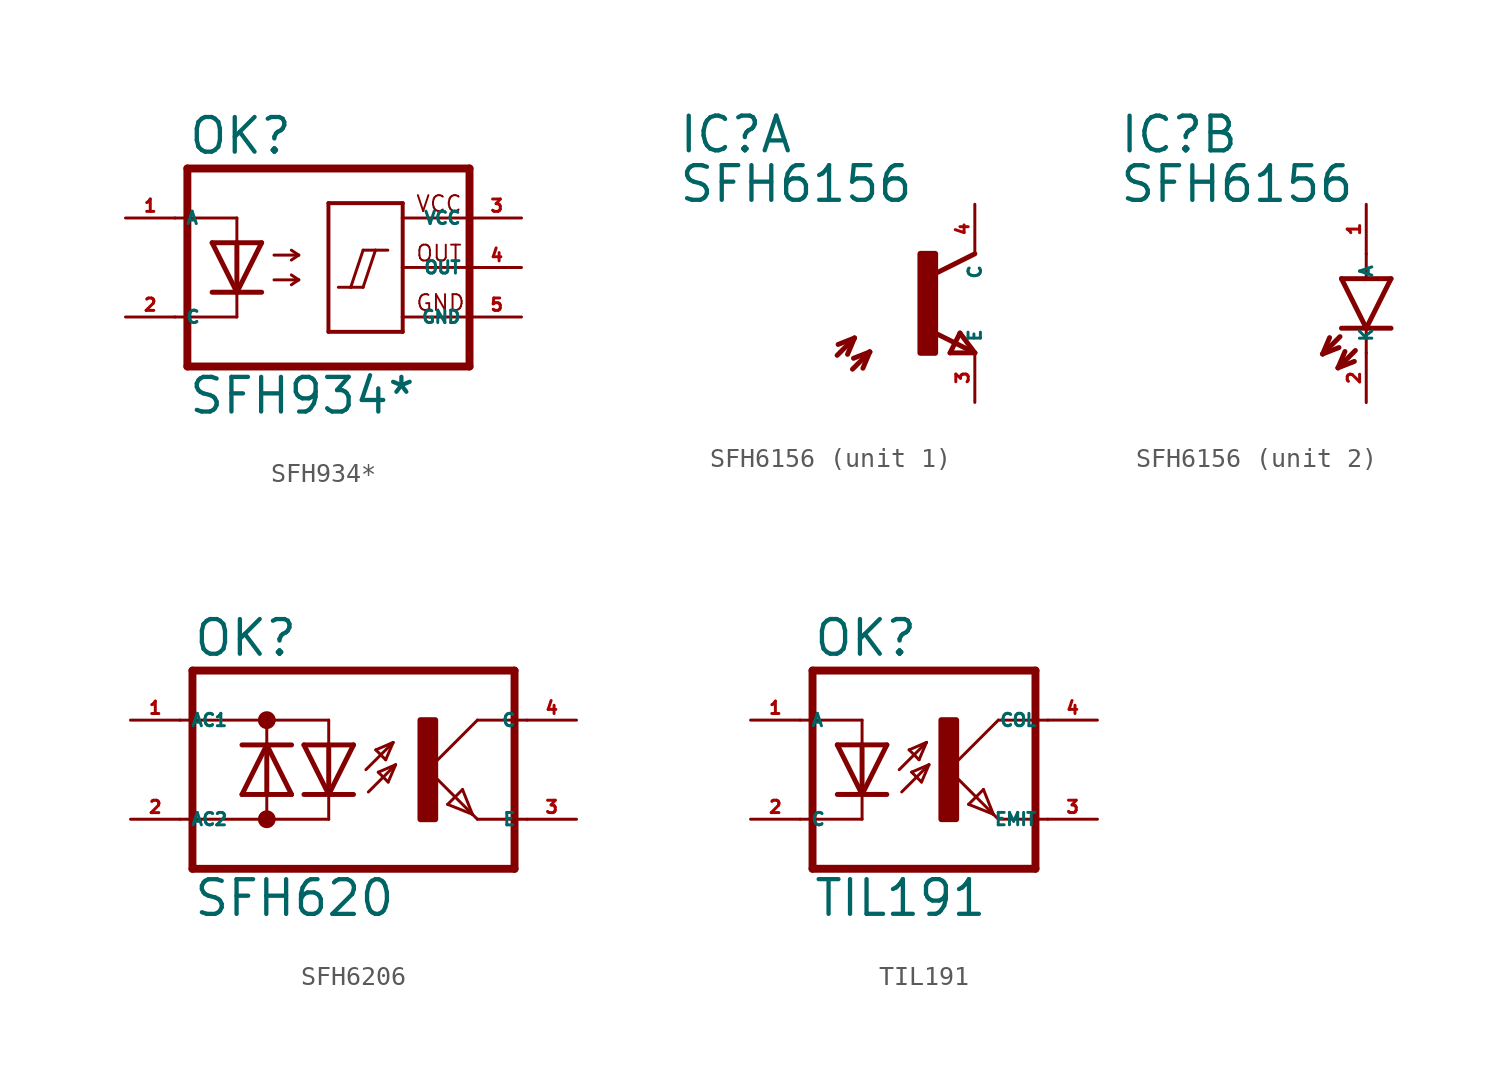
<source format=kicad_sym>
(kicad_symbol_lib
  (version 20220914)
  (generator kicad_symbol_editor)
  (symbol "SFH934*"
    (property "Reference" "OK"
      (at -6.985 5.715 0)
      (effects (font (size 1.778 1.778) (thickness 0.22)) (justify left bottom)))
    (property "Value" "SFH934*"
      (at -6.985 -7.62 0)
      (effects (font (size 1.778 1.778) (thickness 0.22)) (justify left bottom)))
    (symbol "SFH934*_1_1"
      (polyline (pts (xy -7.62 -2.54) (xy -4.445 -2.54)) (stroke (width 0.152) (type default)) (fill (type none)))
      (polyline (pts (xy -7.62 2.54) (xy -4.445 2.54)) (stroke (width 0.152) (type default)) (fill (type none)))
      (polyline (pts (xy -6.985 5.08) (xy -6.985 -5.08)) (stroke (width 0.406) (type default)) (fill (type none)))
      (polyline (pts (xy -4.445 -2.54) (xy -4.445 -1.27)) (stroke (width 0.152) (type default)) (fill (type none)))
      (polyline (pts (xy -4.445 -1.27) (xy -5.715 -1.27)) (stroke (width 0.254) (type default)) (fill (type none)))
      (polyline (pts (xy -4.445 -1.27) (xy -5.715 1.27)) (stroke (width 0.254) (type default)) (fill (type none)))
      (polyline (pts (xy -4.445 1.27) (xy -5.715 1.27)) (stroke (width 0.254) (type default)) (fill (type none)))
      (polyline (pts (xy -4.445 1.27) (xy -4.445 -1.27)) (stroke (width 0.254) (type default)) (fill (type none)))
      (polyline (pts (xy -4.445 1.27) (xy -4.445 2.54)) (stroke (width 0.152) (type default)) (fill (type none)))
      (polyline (pts (xy -3.175 -1.27) (xy -4.445 -1.27)) (stroke (width 0.254) (type default)) (fill (type none)))
      (polyline (pts (xy -3.175 1.27) (xy -4.445 -1.27)) (stroke (width 0.254) (type default)) (fill (type none)))
      (polyline (pts (xy -3.175 1.27) (xy -4.445 1.27)) (stroke (width 0.254) (type default)) (fill (type none)))
      (polyline (pts (xy -2.54 -0.635) (xy -1.27 -0.635)) (stroke (width 0.152) (type default)) (fill (type none)))
      (polyline (pts (xy -2.54 0.635) (xy -1.27 0.635)) (stroke (width 0.152) (type default)) (fill (type none)))
      (polyline (pts (xy -1.27 -0.635) (xy -1.651 -0.889)) (stroke (width 0.152) (type default)) (fill (type none)))
      (polyline (pts (xy -1.27 -0.635) (xy -1.651 -0.381)) (stroke (width 0.152) (type default)) (fill (type none)))
      (polyline (pts (xy -1.27 0.635) (xy -1.651 0.381)) (stroke (width 0.152) (type default)) (fill (type none)))
      (polyline (pts (xy -1.27 0.635) (xy -1.651 0.889)) (stroke (width 0.152) (type default)) (fill (type none)))
      (polyline (pts (xy 0.254 -3.302) (xy 4.064 -3.302)) (stroke (width 0.203) (type default)) (fill (type none)))
      (polyline (pts (xy 0.254 3.302) (xy 0.254 -3.302)) (stroke (width 0.203) (type default)) (fill (type none)))
      (polyline (pts (xy 0.254 3.302) (xy 4.064 3.302)) (stroke (width 0.203) (type default)) (fill (type none)))
      (polyline (pts (xy 0.762 -1.016) (xy 1.397 -1.016)) (stroke (width 0.152) (type default)) (fill (type none)))
      (polyline (pts (xy 1.397 -1.016) (xy 2.032 -1.016)) (stroke (width 0.152) (type default)) (fill (type none)))
      (polyline (pts (xy 1.397 -1.016) (xy 2.032 0.889)) (stroke (width 0.152) (type default)) (fill (type none)))
      (polyline (pts (xy 2.032 -1.016) (xy 2.667 0.889)) (stroke (width 0.152) (type default)) (fill (type none)))
      (polyline (pts (xy 2.032 0.889) (xy 2.667 0.889)) (stroke (width 0.152) (type default)) (fill (type none)))
      (polyline (pts (xy 2.667 0.889) (xy 3.302 0.889)) (stroke (width 0.152) (type default)) (fill (type none)))
      (polyline (pts (xy 4.064 -2.54) (xy 4.064 -3.302)) (stroke (width 0.203) (type default)) (fill (type none)))
      (polyline (pts (xy 4.064 0) (xy 4.064 -2.54)) (stroke (width 0.203) (type default)) (fill (type none)))
      (polyline (pts (xy 4.064 2.54) (xy 4.064 0)) (stroke (width 0.203) (type default)) (fill (type none)))
      (polyline (pts (xy 4.064 3.302) (xy 4.064 2.54)) (stroke (width 0.203) (type default)) (fill (type none)))
      (polyline (pts (xy 7.493 -5.08) (xy -6.985 -5.08)) (stroke (width 0.406) (type default)) (fill (type none)))
      (polyline (pts (xy 7.493 5.08) (xy -6.985 5.08)) (stroke (width 0.406) (type default)) (fill (type none)))
      (polyline (pts (xy 7.493 5.08) (xy 7.493 -5.08)) (stroke (width 0.406) (type default)) (fill (type none)))
      (polyline (pts (xy 7.62 -2.54) (xy 4.064 -2.54)) (stroke (width 0.152) (type default)) (fill (type none)))
      (polyline (pts (xy 7.62 0) (xy 4.064 0)) (stroke (width 0.152) (type default)) (fill (type none)))
      (polyline (pts (xy 7.62 2.54) (xy 4.064 2.54)) (stroke (width 0.152) (type default)) (fill (type none)))
      (text "GND" (at 4.699 -2.286 0) (effects (font (size 0.813 0.813) (thickness 0.1)) (justify left bottom)))
      (text "OUT" (at 4.699 0.254 0) (effects (font (size 0.813 0.813) (thickness 0.1)) (justify left bottom)))
      (text "VCC" (at 4.699 2.794 0) (effects (font (size 0.813 0.813) (thickness 0.1)) (justify left bottom)))
      (pin passive line (at -10.16 2.54 0) (length 2.54) (name "A" (effects (font (size 0.635 0.635)))) (number "1" (effects (font (size 0.635 0.635)))))
      (pin passive line (at -10.16 -2.54 0) (length 2.54) (name "C" (effects (font (size 0.635 0.635)))) (number "2" (effects (font (size 0.635 0.635)))))
      (pin passive line (at 10.16 2.54 180) (length 2.54) (name "VCC" (effects (font (size 0.635 0.635)))) (number "3" (effects (font (size 0.635 0.635)))))
      (pin passive line (at 10.16 0 180) (length 2.54) (name "OUT" (effects (font (size 0.635 0.635)))) (number "4" (effects (font (size 0.635 0.635)))))
      (pin passive line (at 10.16 -2.54 180) (length 2.54) (name "GND" (effects (font (size 0.635 0.635)))) (number "5" (effects (font (size 0.635 0.635)))))))
  (symbol "SFH6156"
    (property "Reference" "IC"
      (at -12.7 7.62 0)
      (effects (font (size 1.778 1.778) (thickness 0.22)) (justify left bottom)))
    (property "Value" "SFH6156"
      (at -12.7 5.08 0)
      (effects (font (size 1.778 1.778) (thickness 0.22)) (justify left bottom)))
    (symbol "SFH6156_1_0"
      (rectangle (start -0.254 -2.54) (end 0.508 2.54) (stroke (width 0.3) (type default)) (fill (type outline)))
      (polyline (pts (xy -4.521 -2.667) (xy -3.632 -1.778)) (stroke (width 0.254) (type default)) (fill (type none)))
      (polyline (pts (xy -4.47 -2.108) (xy -3.632 -1.778)) (stroke (width 0.254) (type default)) (fill (type none)))
      (polyline (pts (xy -3.734 -3.378) (xy -2.845 -2.489)) (stroke (width 0.254) (type default)) (fill (type none)))
      (polyline (pts (xy -3.683 -2.819) (xy -2.845 -2.489)) (stroke (width 0.254) (type default)) (fill (type none)))
      (polyline (pts (xy -3.632 -1.778) (xy -3.988 -2.616)) (stroke (width 0.254) (type default)) (fill (type none)))
      (polyline (pts (xy -2.845 -2.489) (xy -3.2 -3.327)) (stroke (width 0.254) (type default)) (fill (type none)))
      (polyline (pts (xy 0.508 -1.524) (xy 2.54 -2.54)) (stroke (width 0.254) (type default)) (fill (type none)))
      (polyline (pts (xy 0.508 1.524) (xy 2.54 2.54)) (stroke (width 0.254) (type default)) (fill (type none)))
      (polyline (pts (xy 1.27 -2.54) (xy 1.778 -1.524)) (stroke (width 0.254) (type default)) (fill (type none)))
      (polyline (pts (xy 1.778 -1.524) (xy 2.54 -2.54)) (stroke (width 0.254) (type default)) (fill (type none)))
      (polyline (pts (xy 2.54 -2.54) (xy 1.27 -2.54)) (stroke (width 0.254) (type default)) (fill (type none)))
      (pin bidirectional line (at 2.54 -5.08 90) (length 2.54) (name "E" (effects (font (size 0.635 0.635)))) (number "3" (effects (font (size 0.635 0.635)))))
      (pin bidirectional line (at 2.54 5.08 270) (length 2.54) (name "C" (effects (font (size 0.635 0.635)))) (number "4" (effects (font (size 0.635 0.635))))))
    (symbol "SFH6156_2_0"
      (polyline (pts (xy -2.235 -2.591) (xy -1.88 -1.753)) (stroke (width 0.254) (type default)) (fill (type none)))
      (polyline (pts (xy -1.448 -3.302) (xy -1.092 -2.464)) (stroke (width 0.254) (type default)) (fill (type none)))
      (polyline (pts (xy -1.397 -2.261) (xy -2.235 -2.591)) (stroke (width 0.254) (type default)) (fill (type none)))
      (polyline (pts (xy -1.346 -1.702) (xy -2.235 -2.591)) (stroke (width 0.254) (type default)) (fill (type none)))
      (polyline (pts (xy -1.27 1.27) (xy 0 -1.27)) (stroke (width 0.254) (type default)) (fill (type none)))
      (polyline (pts (xy -0.61 -2.972) (xy -1.448 -3.302)) (stroke (width 0.254) (type default)) (fill (type none)))
      (polyline (pts (xy -0.559 -2.413) (xy -1.448 -3.302)) (stroke (width 0.254) (type default)) (fill (type none)))
      (polyline (pts (xy 0 -1.27) (xy -1.27 -1.27)) (stroke (width 0.254) (type default)) (fill (type none)))
      (polyline (pts (xy 0 -1.27) (xy 0 -2.54)) (stroke (width 0.152) (type default)) (fill (type none)))
      (polyline (pts (xy 0 -1.27) (xy 1.27 1.27)) (stroke (width 0.254) (type default)) (fill (type none)))
      (polyline (pts (xy 0 2.54) (xy 0 1.27)) (stroke (width 0.152) (type default)) (fill (type none)))
      (polyline (pts (xy 1.27 -1.27) (xy 0 -1.27)) (stroke (width 0.254) (type default)) (fill (type none)))
      (polyline (pts (xy 1.27 1.27) (xy -1.27 1.27)) (stroke (width 0.254) (type default)) (fill (type none)))
      (pin bidirectional line (at 0 5.08 270) (length 2.54) (name "A" (effects (font (size 0.635 0.635)))) (number "1" (effects (font (size 0.635 0.635)))))
      (pin bidirectional line (at 0 -5.08 90) (length 2.54) (name "K" (effects (font (size 0.635 0.635)))) (number "2" (effects (font (size 0.635 0.635)))))))
  (symbol "SFH6206"
    (property "Reference" "OK"
      (at -6.985 5.715 0)
      (effects (font (size 1.778 1.778) (thickness 0.22)) (justify left bottom)))
    (property "Value" "SFH620"
      (at -6.985 -7.62 0)
      (effects (font (size 1.778 1.778) (thickness 0.22)) (justify left bottom)))
    (symbol "SFH6206_1_1"
      (circle (center -3.175 -2.54) (radius 0.254) (stroke (width 0.406) (type default)) (fill (type none)))
      (circle (center -3.175 2.54) (radius 0.254) (stroke (width 0.406) (type default)) (fill (type none)))
      (polyline (pts (xy -6.985 -5.08) (xy 9.525 -5.08)) (stroke (width 0.406) (type default)) (fill (type none)))
      (polyline (pts (xy -6.985 5.08) (xy -6.985 -5.08)) (stroke (width 0.406) (type default)) (fill (type none)))
      (polyline (pts (xy -6.985 5.08) (xy 9.525 5.08)) (stroke (width 0.406) (type default)) (fill (type none)))
      (polyline (pts (xy -4.445 -1.27) (xy -3.175 -1.27)) (stroke (width 0.254) (type default)) (fill (type none)))
      (polyline (pts (xy -4.445 -1.27) (xy -3.175 1.27)) (stroke (width 0.254) (type default)) (fill (type none)))
      (polyline (pts (xy -4.445 1.27) (xy -3.175 1.27)) (stroke (width 0.254) (type default)) (fill (type none)))
      (polyline (pts (xy -3.175 -2.54) (xy -7.62 -2.54)) (stroke (width 0.152) (type default)) (fill (type none)))
      (polyline (pts (xy -3.175 -2.54) (xy -3.175 -1.27)) (stroke (width 0.152) (type default)) (fill (type none)))
      (polyline (pts (xy -3.175 -2.54) (xy 0 -2.54)) (stroke (width 0.152) (type default)) (fill (type none)))
      (polyline (pts (xy -3.175 -1.27) (xy -3.175 1.27)) (stroke (width 0.254) (type default)) (fill (type none)))
      (polyline (pts (xy -3.175 -1.27) (xy -1.905 -1.27)) (stroke (width 0.254) (type default)) (fill (type none)))
      (polyline (pts (xy -3.175 1.27) (xy -1.905 -1.27)) (stroke (width 0.254) (type default)) (fill (type none)))
      (polyline (pts (xy -3.175 1.27) (xy -1.905 1.27)) (stroke (width 0.254) (type default)) (fill (type none)))
      (polyline (pts (xy -3.175 2.54) (xy -7.62 2.54)) (stroke (width 0.152) (type default)) (fill (type none)))
      (polyline (pts (xy -3.175 2.54) (xy -3.175 1.27)) (stroke (width 0.152) (type default)) (fill (type none)))
      (polyline (pts (xy -3.175 2.54) (xy 0 2.54)) (stroke (width 0.152) (type default)) (fill (type none)))
      (polyline (pts (xy 0 -2.54) (xy 0 -1.27)) (stroke (width 0.152) (type default)) (fill (type none)))
      (polyline (pts (xy 0 -1.27) (xy -1.27 -1.27)) (stroke (width 0.254) (type default)) (fill (type none)))
      (polyline (pts (xy 0 -1.27) (xy -1.27 1.27)) (stroke (width 0.254) (type default)) (fill (type none)))
      (polyline (pts (xy 0 1.27) (xy -1.27 1.27)) (stroke (width 0.254) (type default)) (fill (type none)))
      (polyline (pts (xy 0 1.27) (xy 0 -1.27)) (stroke (width 0.254) (type default)) (fill (type none)))
      (polyline (pts (xy 0 2.54) (xy 0 1.27)) (stroke (width 0.152) (type default)) (fill (type none)))
      (polyline (pts (xy 1.27 -1.27) (xy 0 -1.27)) (stroke (width 0.254) (type default)) (fill (type none)))
      (polyline (pts (xy 1.27 1.27) (xy 0 -1.27)) (stroke (width 0.254) (type default)) (fill (type none)))
      (polyline (pts (xy 1.27 1.27) (xy 0 1.27)) (stroke (width 0.254) (type default)) (fill (type none)))
      (polyline (pts (xy 1.905 0) (xy 3.302 1.397)) (stroke (width 0.152) (type default)) (fill (type none)))
      (polyline (pts (xy 2.032 -1.143) (xy 3.429 0.254)) (stroke (width 0.152) (type default)) (fill (type none)))
      (polyline (pts (xy 2.413 1.016) (xy 2.921 0.508)) (stroke (width 0.152) (type default)) (fill (type none)))
      (polyline (pts (xy 2.54 -0.127) (xy 3.048 -0.635)) (stroke (width 0.152) (type default)) (fill (type none)))
      (polyline (pts (xy 2.921 0.508) (xy 3.302 1.397)) (stroke (width 0.152) (type default)) (fill (type none)))
      (polyline (pts (xy 3.048 -0.635) (xy 3.429 0.254)) (stroke (width 0.152) (type default)) (fill (type none)))
      (polyline (pts (xy 3.302 1.397) (xy 2.413 1.016)) (stroke (width 0.152) (type default)) (fill (type none)))
      (polyline (pts (xy 3.429 0.254) (xy 2.54 -0.127)) (stroke (width 0.152) (type default)) (fill (type none)))
      (polyline (pts (xy 5.08 0) (xy 7.366 -2.286)) (stroke (width 0.152) (type default)) (fill (type none)))
      (polyline (pts (xy 6.096 -1.778) (xy 6.858 -1.016)) (stroke (width 0.152) (type default)) (fill (type none)))
      (polyline (pts (xy 6.858 -1.016) (xy 7.366 -2.286)) (stroke (width 0.152) (type default)) (fill (type none)))
      (polyline (pts (xy 7.366 -2.286) (xy 6.096 -1.778)) (stroke (width 0.152) (type default)) (fill (type none)))
      (polyline (pts (xy 7.366 -2.286) (xy 7.62 -2.54)) (stroke (width 0.152) (type default)) (fill (type none)))
      (polyline (pts (xy 7.62 -2.54) (xy 10.16 -2.54)) (stroke (width 0.152) (type default)) (fill (type none)))
      (polyline (pts (xy 7.62 2.54) (xy 5.08 0)) (stroke (width 0.152) (type default)) (fill (type none)))
      (polyline (pts (xy 7.62 2.54) (xy 10.16 2.54)) (stroke (width 0.152) (type default)) (fill (type none)))
      (polyline (pts (xy 9.525 5.08) (xy 9.525 -5.08)) (stroke (width 0.406) (type default)) (fill (type none)))
      (rectangle (start 4.699 -2.54) (end 5.461 2.54) (stroke (width 0.3) (type default)) (fill (type outline)))
      (pin passive line (at -10.16 2.54 0) (length 2.54) (name "AC1" (effects (font (size 0.635 0.635)))) (number "1" (effects (font (size 0.635 0.635)))))
      (pin passive line (at -10.16 -2.54 0) (length 2.54) (name "AC2" (effects (font (size 0.635 0.635)))) (number "2" (effects (font (size 0.635 0.635)))))
      (pin passive line (at 12.7 -2.54 180) (length 2.54) (name "E" (effects (font (size 0.635 0.635)))) (number "3" (effects (font (size 0.635 0.635)))))
      (pin passive line (at 12.7 2.54 180) (length 2.54) (name "C" (effects (font (size 0.635 0.635)))) (number "4" (effects (font (size 0.635 0.635)))))))
  (symbol "TIL191"
    (property "Reference" "OK"
      (at -6.985 5.715 0)
      (effects (font (size 1.778 1.778) (thickness 0.22)) (justify left bottom)))
    (property "Value" "TIL191"
      (at -6.985 -7.62 0)
      (effects (font (size 1.778 1.778) (thickness 0.22)) (justify left bottom)))
    (symbol "TIL191_1_1"
      (rectangle (start -0.381 -2.54) (end 0.381 2.54) (stroke (width 0.3) (type default)) (fill (type outline)))
      (polyline (pts (xy -6.985 -5.08) (xy 4.445 -5.08)) (stroke (width 0.406) (type default)) (fill (type none)))
      (polyline (pts (xy -6.985 5.08) (xy -6.985 -5.08)) (stroke (width 0.406) (type default)) (fill (type none)))
      (polyline (pts (xy -6.985 5.08) (xy 4.445 5.08)) (stroke (width 0.406) (type default)) (fill (type none)))
      (polyline (pts (xy -4.445 -2.54) (xy -7.62 -2.54)) (stroke (width 0.152) (type default)) (fill (type none)))
      (polyline (pts (xy -4.445 -1.27) (xy -5.715 -1.27)) (stroke (width 0.254) (type default)) (fill (type none)))
      (polyline (pts (xy -4.445 -1.27) (xy -5.715 1.27)) (stroke (width 0.254) (type default)) (fill (type none)))
      (polyline (pts (xy -4.445 -1.27) (xy -4.445 -2.54)) (stroke (width 0.152) (type default)) (fill (type none)))
      (polyline (pts (xy -4.445 1.27) (xy -5.715 1.27)) (stroke (width 0.254) (type default)) (fill (type none)))
      (polyline (pts (xy -4.445 1.27) (xy -4.445 -1.27)) (stroke (width 0.254) (type default)) (fill (type none)))
      (polyline (pts (xy -4.445 2.54) (xy -7.62 2.54)) (stroke (width 0.152) (type default)) (fill (type none)))
      (polyline (pts (xy -4.445 2.54) (xy -4.445 1.27)) (stroke (width 0.152) (type default)) (fill (type none)))
      (polyline (pts (xy -3.175 -1.27) (xy -4.445 -1.27)) (stroke (width 0.254) (type default)) (fill (type none)))
      (polyline (pts (xy -3.175 1.27) (xy -4.445 -1.27)) (stroke (width 0.254) (type default)) (fill (type none)))
      (polyline (pts (xy -3.175 1.27) (xy -4.445 1.27)) (stroke (width 0.254) (type default)) (fill (type none)))
      (polyline (pts (xy -2.54 0) (xy -1.143 1.397)) (stroke (width 0.152) (type default)) (fill (type none)))
      (polyline (pts (xy -2.413 -1.143) (xy -1.016 0.254)) (stroke (width 0.152) (type default)) (fill (type none)))
      (polyline (pts (xy -2.032 1.016) (xy -1.524 0.508)) (stroke (width 0.152) (type default)) (fill (type none)))
      (polyline (pts (xy -1.905 -0.127) (xy -1.397 -0.635)) (stroke (width 0.152) (type default)) (fill (type none)))
      (polyline (pts (xy -1.524 0.508) (xy -1.143 1.397)) (stroke (width 0.152) (type default)) (fill (type none)))
      (polyline (pts (xy -1.397 -0.635) (xy -1.016 0.254)) (stroke (width 0.152) (type default)) (fill (type none)))
      (polyline (pts (xy -1.143 1.397) (xy -2.032 1.016)) (stroke (width 0.152) (type default)) (fill (type none)))
      (polyline (pts (xy -1.016 0.254) (xy -1.905 -0.127)) (stroke (width 0.152) (type default)) (fill (type none)))
      (polyline (pts (xy 0 0) (xy 2.286 -2.286)) (stroke (width 0.152) (type default)) (fill (type none)))
      (polyline (pts (xy 1.016 -1.778) (xy 1.778 -1.016)) (stroke (width 0.152) (type default)) (fill (type none)))
      (polyline (pts (xy 1.778 -1.016) (xy 2.286 -2.286)) (stroke (width 0.152) (type default)) (fill (type none)))
      (polyline (pts (xy 2.286 -2.286) (xy 1.016 -1.778)) (stroke (width 0.152) (type default)) (fill (type none)))
      (polyline (pts (xy 2.286 -2.286) (xy 2.54 -2.54)) (stroke (width 0.152) (type default)) (fill (type none)))
      (polyline (pts (xy 2.54 -2.54) (xy 5.08 -2.54)) (stroke (width 0.152) (type default)) (fill (type none)))
      (polyline (pts (xy 2.54 2.54) (xy 0 0)) (stroke (width 0.152) (type default)) (fill (type none)))
      (polyline (pts (xy 2.54 2.54) (xy 5.08 2.54)) (stroke (width 0.152) (type default)) (fill (type none)))
      (polyline (pts (xy 4.445 5.08) (xy 4.445 -5.08)) (stroke (width 0.406) (type default)) (fill (type none)))
      (pin passive line (at -10.16 2.54 0) (length 2.54) (name "A" (effects (font (size 0.635 0.635)))) (number "1" (effects (font (size 0.635 0.635)))))
      (pin passive line (at -10.16 -2.54 0) (length 2.54) (name "C" (effects (font (size 0.635 0.635)))) (number "2" (effects (font (size 0.635 0.635)))))
      (pin passive line (at 7.62 -2.54 180) (length 2.54) (name "EMIT" (effects (font (size 0.635 0.635)))) (number "3" (effects (font (size 0.635 0.635)))))
      (pin passive line (at 7.62 2.54 180) (length 2.54) (name "COL" (effects (font (size 0.635 0.635)))) (number "4" (effects (font (size 0.635 0.635))))))))
</source>
